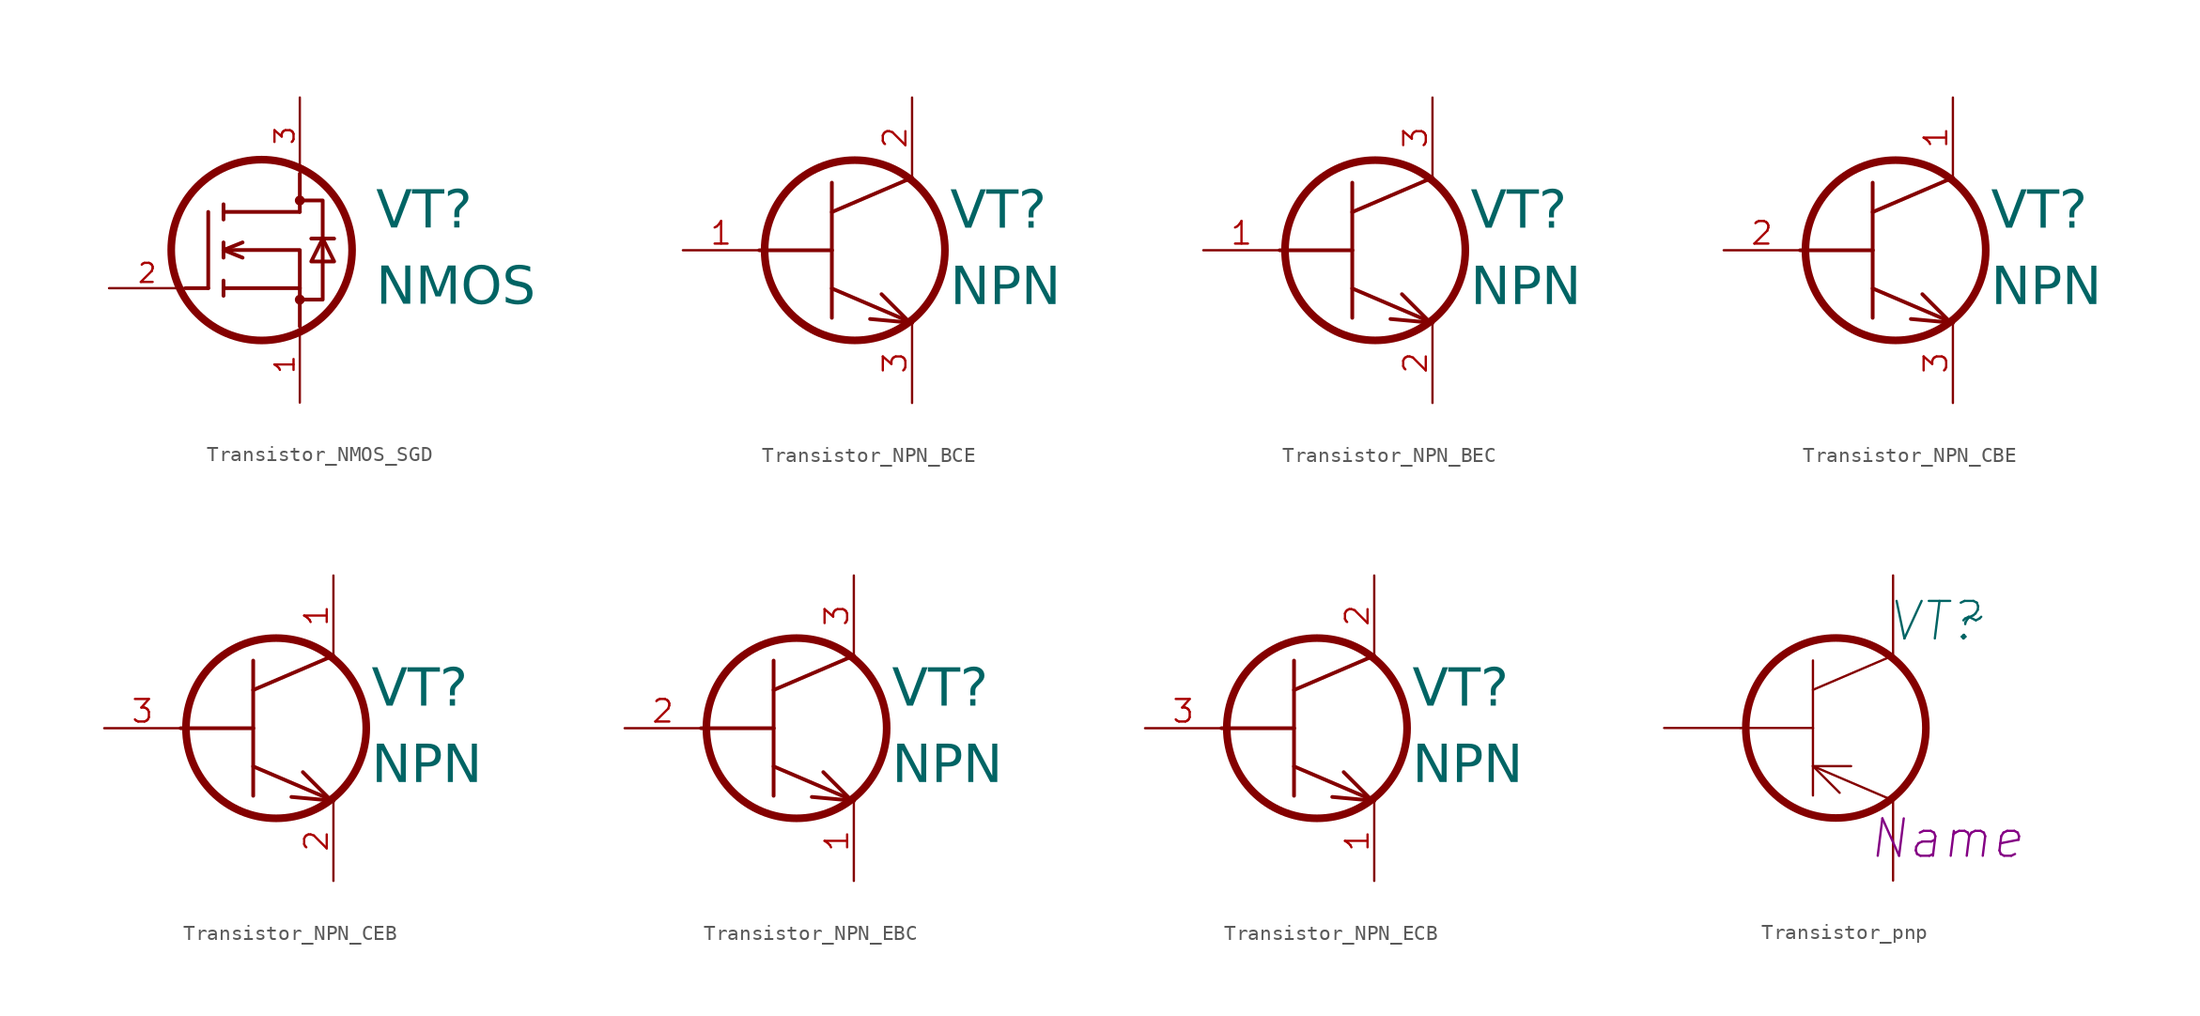
<source format=kicad_sym>
(kicad_symbol_lib
  (version 20241209)
  (generator "kicad_symbol_editor")
  (generator_version "9.0")
  (symbol "Transistor_NMOS_SGD"
    (pin_names
      (offset 1.016)
      (hide yes))
    (property "Reference" "VT"
      (at 5.08 5.08 0)
      (effects (font (face "GOST type A") (size 2.5 2.5) (italic yes)) (justify left)))
    (property "Value" "NMOS"
      (at 5.08 0 0)
      (effects (font (face "GOST type A") (size 2.5 2.5) (italic yes)) (justify left)))
    (symbol "Transistor_NMOS_SGD_0_1"
      (circle (center -2.54 2.54) (radius 6.02) (stroke (width 0.508) (type solid)) (fill (type none)))
      (circle (center 0 5.842) (radius 0.254) (stroke (width 0) (type solid)) (fill (type outline)))
      (circle (center 0 -0.762) (radius 0.254) (stroke (width 0) (type solid)) (fill (type outline))))
    (symbol "Transistor_NMOS_SGD_1_1"
      (polyline (pts (xy -7.62 0) (xy -6.096 0)) (stroke (width 0.25) (type default)) (fill (type none)))
      (polyline (pts (xy -6.096 0) (xy -6.096 5.08)) (stroke (width 0.25) (type solid)) (fill (type none)))
      (polyline (pts (xy -5.08 5.588) (xy -5.08 4.572)) (stroke (width 0.25) (type solid)) (fill (type none)))
      (polyline (pts (xy -5.08 3.048) (xy -5.08 2.032)) (stroke (width 0.25) (type solid)) (fill (type none)))
      (polyline (pts (xy -5.08 2.54) (xy -3.81 3.048)) (stroke (width 0.25) (type solid)) (fill (type none)))
      (polyline (pts (xy -5.08 2.54) (xy -3.81 2.032)) (stroke (width 0.25) (type solid)) (fill (type none)))
      (polyline (pts (xy -5.08 2.54) (xy 0 2.54) (xy 0 0)) (stroke (width 0.25) (type solid)) (fill (type none)))
      (polyline (pts (xy -5.08 0.508) (xy -5.08 -0.508)) (stroke (width 0.25) (type solid)) (fill (type none)))
      (polyline (pts (xy -5.08 0) (xy 0 0)) (stroke (width 0.25) (type solid)) (fill (type none)))
      (polyline (pts (xy 0 5.842) (xy 1.524 5.842) (xy 1.524 -0.762) (xy 0 -0.762)) (stroke (width 0.25) (type solid)) (fill (type none)))
      (polyline (pts (xy 0 5.08) (xy -5.08 5.08)) (stroke (width 0.25) (type solid)) (fill (type none)))
      (polyline (pts (xy 0 5.08) (xy 0 7.62)) (stroke (width 0.25) (type default)) (fill (type none)))
      (polyline (pts (xy 0 -2.54) (xy 0 0)) (stroke (width 0.25) (type default)) (fill (type none)))
      (polyline (pts (xy 0.762 3.302) (xy 2.286 3.302)) (stroke (width 0.25) (type solid)) (fill (type none)))
      (polyline (pts (xy 1.524 1.778) (xy 2.286 1.778) (xy 1.524 3.302) (xy 0.762 1.778) (xy 1.524 1.778)) (stroke (width 0.25) (type solid)) (fill (type none)))
      (pin passive line (at -12.7 0 0) (length 5.08) (name "G" (effects (font (size 1.27 1.27)))) (number "2" (effects (font (size 1.27 1.27)))))
      (pin passive line (at 0 12.7 270) (length 5.08) (name "D" (effects (font (size 1.27 1.27)))) (number "3" (effects (font (size 1.27 1.27)))))
      (pin passive line (at 0 -7.62 90) (length 5.08) (name "S" (effects (font (size 1.27 1.27)))) (number "1" (effects (font (size 1.27 1.27)))))))
  (symbol "Transistor_NPN_BCE"
    (pin_names
      (offset 1.016)
      (hide yes))
    (property "Reference" "VT"
      (at 2.54 2.54 0)
      (effects (font (face "GOST type A") (size 2.5 2.5) (italic yes)) (justify left)))
    (property "Value" "NPN"
      (at 2.54 -2.54 0)
      (effects (font (face "GOST type A") (size 2.5 2.5) (italic yes)) (justify left)))
    (symbol "Transistor_NPN_BCE_0_1"
      (circle (center -3.81 0) (radius 5.994) (stroke (width 0.508) (type solid)) (fill (type none))))
    (symbol "Transistor_NPN_BCE_1_1"
      (polyline (pts (xy -10.16 0) (xy -5.334 0)) (stroke (width 0.25) (type solid)) (fill (type none)))
      (polyline (pts (xy -5.334 2.54) (xy 0 4.826)) (stroke (width 0.25) (type solid)) (fill (type none)))
      (polyline (pts (xy -5.334 0) (xy -5.334 4.496)) (stroke (width 0.25) (type solid)) (fill (type none)))
      (polyline (pts (xy -5.334 0) (xy -5.334 -4.496)) (stroke (width 0.25) (type solid)) (fill (type none)))
      (polyline (pts (xy -5.334 -2.54) (xy 0 -4.826)) (stroke (width 0.25) (type solid)) (fill (type none)))
      (polyline (pts (xy -2.794 -4.572) (xy 0 -4.826)) (stroke (width 0.25) (type solid)) (fill (type none)))
      (polyline (pts (xy -0.254 -4.699) (xy -2.032 -2.921)) (stroke (width 0.25) (type solid)) (fill (type none)))
      (pin passive line (at -15.24 0 0) (length 5.08) (name "B" (effects (font (size 1.5 1.5)))) (number "1" (effects (font (size 1.5 1.5)))))
      (pin passive line (at 0 10.16 270) (length 5.334) (name "C" (effects (font (size 1.5 1.5)))) (number "2" (effects (font (size 1.5 1.5)))))
      (pin passive line (at 0 -10.16 90) (length 5.334) (name "E" (effects (font (size 1.5 1.5)))) (number "3" (effects (font (size 1.5 1.5)))))))
  (symbol "Transistor_NPN_BEC"
    (pin_names
      (offset 1.016)
      (hide yes))
    (property "Reference" "VT"
      (at 2.54 2.54 0)
      (effects (font (face "GOST type A") (size 2.5 2.5) (italic yes)) (justify left)))
    (property "Value" "NPN"
      (at 2.54 -2.54 0)
      (effects (font (face "GOST type A") (size 2.5 2.5) (italic yes)) (justify left)))
    (symbol "Transistor_NPN_BEC_0_1"
      (circle (center -3.81 0) (radius 5.994) (stroke (width 0.508) (type solid)) (fill (type none))))
    (symbol "Transistor_NPN_BEC_1_1"
      (polyline (pts (xy -10.16 0) (xy -5.334 0)) (stroke (width 0.25) (type solid)) (fill (type none)))
      (polyline (pts (xy -5.334 2.54) (xy 0 4.826)) (stroke (width 0.25) (type solid)) (fill (type none)))
      (polyline (pts (xy -5.334 0) (xy -5.334 4.496)) (stroke (width 0.25) (type solid)) (fill (type none)))
      (polyline (pts (xy -5.334 0) (xy -5.334 -4.496)) (stroke (width 0.25) (type solid)) (fill (type none)))
      (polyline (pts (xy -5.334 -2.54) (xy 0 -4.826)) (stroke (width 0.25) (type solid)) (fill (type none)))
      (polyline (pts (xy -2.794 -4.572) (xy 0 -4.826)) (stroke (width 0.25) (type solid)) (fill (type none)))
      (polyline (pts (xy -0.254 -4.699) (xy -2.032 -2.921)) (stroke (width 0.25) (type solid)) (fill (type none)))
      (pin passive line (at -15.24 0 0) (length 5.08) (name "B" (effects (font (size 1.5 1.5)))) (number "1" (effects (font (size 1.5 1.5)))))
      (pin passive line (at 0 10.16 270) (length 5.334) (name "C" (effects (font (size 1.5 1.5)))) (number "3" (effects (font (size 1.5 1.5)))))
      (pin passive line (at 0 -10.16 90) (length 5.334) (name "E" (effects (font (size 1.5 1.5)))) (number "2" (effects (font (size 1.5 1.5)))))))
  (symbol "Transistor_NPN_CBE"
    (pin_names
      (offset 1.016)
      (hide yes))
    (property "Reference" "VT"
      (at 2.54 2.54 0)
      (effects (font (face "GOST type A") (size 2.5 2.5) (italic yes)) (justify left)))
    (property "Value" "NPN"
      (at 2.54 -2.54 0)
      (effects (font (face "GOST type A") (size 2.5 2.5) (italic yes)) (justify left)))
    (symbol "Transistor_NPN_CBE_0_1"
      (circle (center -3.81 0) (radius 5.994) (stroke (width 0.508) (type solid)) (fill (type none))))
    (symbol "Transistor_NPN_CBE_1_1"
      (polyline (pts (xy -10.16 0) (xy -5.334 0)) (stroke (width 0.25) (type solid)) (fill (type none)))
      (polyline (pts (xy -5.334 2.54) (xy 0 4.826)) (stroke (width 0.25) (type solid)) (fill (type none)))
      (polyline (pts (xy -5.334 0) (xy -5.334 4.496)) (stroke (width 0.25) (type solid)) (fill (type none)))
      (polyline (pts (xy -5.334 0) (xy -5.334 -4.496)) (stroke (width 0.25) (type solid)) (fill (type none)))
      (polyline (pts (xy -5.334 -2.54) (xy 0 -4.826)) (stroke (width 0.25) (type solid)) (fill (type none)))
      (polyline (pts (xy -2.794 -4.572) (xy 0 -4.826)) (stroke (width 0.25) (type solid)) (fill (type none)))
      (polyline (pts (xy -0.254 -4.699) (xy -2.032 -2.921)) (stroke (width 0.25) (type solid)) (fill (type none)))
      (pin passive line (at -15.24 0 0) (length 5.08) (name "B" (effects (font (size 1.5 1.5)))) (number "2" (effects (font (size 1.5 1.5)))))
      (pin passive line (at 0 10.16 270) (length 5.334) (name "C" (effects (font (size 1.5 1.5)))) (number "1" (effects (font (size 1.5 1.5)))))
      (pin passive line (at 0 -10.16 90) (length 5.334) (name "E" (effects (font (size 1.5 1.5)))) (number "3" (effects (font (size 1.5 1.5)))))))
  (symbol "Transistor_NPN_CEB"
    (pin_names
      (offset 1.016)
      (hide yes))
    (property "Reference" "VT"
      (at 2.54 2.54 0)
      (effects (font (face "GOST type A") (size 2.5 2.5) (italic yes)) (justify left)))
    (property "Value" "NPN"
      (at 2.54 -2.54 0)
      (effects (font (face "GOST type A") (size 2.5 2.5) (italic yes)) (justify left)))
    (symbol "Transistor_NPN_CEB_0_1"
      (circle (center -3.81 0) (radius 5.994) (stroke (width 0.508) (type solid)) (fill (type none))))
    (symbol "Transistor_NPN_CEB_1_1"
      (polyline (pts (xy -10.16 0) (xy -5.334 0)) (stroke (width 0.25) (type solid)) (fill (type none)))
      (polyline (pts (xy -5.334 2.54) (xy 0 4.826)) (stroke (width 0.25) (type solid)) (fill (type none)))
      (polyline (pts (xy -5.334 0) (xy -5.334 4.496)) (stroke (width 0.25) (type solid)) (fill (type none)))
      (polyline (pts (xy -5.334 0) (xy -5.334 -4.496)) (stroke (width 0.25) (type solid)) (fill (type none)))
      (polyline (pts (xy -5.334 -2.54) (xy 0 -4.826)) (stroke (width 0.25) (type solid)) (fill (type none)))
      (polyline (pts (xy -2.794 -4.572) (xy 0 -4.826)) (stroke (width 0.25) (type solid)) (fill (type none)))
      (polyline (pts (xy -0.254 -4.699) (xy -2.032 -2.921)) (stroke (width 0.25) (type solid)) (fill (type none)))
      (pin passive line (at -15.24 0 0) (length 5.08) (name "B" (effects (font (size 1.5 1.5)))) (number "3" (effects (font (size 1.5 1.5)))))
      (pin passive line (at 0 10.16 270) (length 5.334) (name "C" (effects (font (size 1.5 1.5)))) (number "1" (effects (font (size 1.5 1.5)))))
      (pin passive line (at 0 -10.16 90) (length 5.334) (name "E" (effects (font (size 1.5 1.5)))) (number "2" (effects (font (size 1.5 1.5)))))))
  (symbol "Transistor_NPN_EBC"
    (pin_names
      (offset 1.016)
      (hide yes))
    (property "Reference" "VT"
      (at 2.54 2.54 0)
      (effects (font (face "GOST type A") (size 2.5 2.5) (italic yes)) (justify left)))
    (property "Value" "NPN"
      (at 2.54 -2.54 0)
      (effects (font (face "GOST type A") (size 2.5 2.5) (italic yes)) (justify left)))
    (symbol "Transistor_NPN_EBC_0_1"
      (circle (center -3.81 0) (radius 5.994) (stroke (width 0.508) (type solid)) (fill (type none))))
    (symbol "Transistor_NPN_EBC_1_1"
      (polyline (pts (xy -10.16 0) (xy -5.334 0)) (stroke (width 0.25) (type solid)) (fill (type none)))
      (polyline (pts (xy -5.334 2.54) (xy 0 4.826)) (stroke (width 0.25) (type solid)) (fill (type none)))
      (polyline (pts (xy -5.334 0) (xy -5.334 4.496)) (stroke (width 0.25) (type solid)) (fill (type none)))
      (polyline (pts (xy -5.334 0) (xy -5.334 -4.496)) (stroke (width 0.25) (type solid)) (fill (type none)))
      (polyline (pts (xy -5.334 -2.54) (xy 0 -4.826)) (stroke (width 0.25) (type solid)) (fill (type none)))
      (polyline (pts (xy -2.794 -4.572) (xy 0 -4.826)) (stroke (width 0.25) (type solid)) (fill (type none)))
      (polyline (pts (xy -0.254 -4.699) (xy -2.032 -2.921)) (stroke (width 0.25) (type solid)) (fill (type none)))
      (pin passive line (at -15.24 0 0) (length 5.08) (name "B" (effects (font (size 1.5 1.5)))) (number "2" (effects (font (size 1.5 1.5)))))
      (pin passive line (at 0 10.16 270) (length 5.334) (name "C" (effects (font (size 1.5 1.5)))) (number "3" (effects (font (size 1.5 1.5)))))
      (pin passive line (at 0 -10.16 90) (length 5.334) (name "E" (effects (font (size 1.5 1.5)))) (number "1" (effects (font (size 1.5 1.5)))))))
  (symbol "Transistor_NPN_ECB"
    (pin_names
      (offset 1.016)
      (hide yes))
    (property "Reference" "VT"
      (at 2.54 2.54 0)
      (effects (font (face "GOST type A") (size 2.5 2.5) (italic yes)) (justify left)))
    (property "Value" "NPN"
      (at 2.54 -2.54 0)
      (effects (font (face "GOST type A") (size 2.5 2.5) (italic yes)) (justify left)))
    (symbol "Transistor_NPN_ECB_0_1"
      (circle (center -3.81 0) (radius 5.994) (stroke (width 0.508) (type solid)) (fill (type none))))
    (symbol "Transistor_NPN_ECB_1_1"
      (polyline (pts (xy -10.16 0) (xy -5.334 0)) (stroke (width 0.25) (type solid)) (fill (type none)))
      (polyline (pts (xy -5.334 2.54) (xy 0 4.826)) (stroke (width 0.25) (type solid)) (fill (type none)))
      (polyline (pts (xy -5.334 0) (xy -5.334 4.496)) (stroke (width 0.25) (type solid)) (fill (type none)))
      (polyline (pts (xy -5.334 0) (xy -5.334 -4.496)) (stroke (width 0.25) (type solid)) (fill (type none)))
      (polyline (pts (xy -5.334 -2.54) (xy 0 -4.826)) (stroke (width 0.25) (type solid)) (fill (type none)))
      (polyline (pts (xy -2.794 -4.572) (xy 0 -4.826)) (stroke (width 0.25) (type solid)) (fill (type none)))
      (polyline (pts (xy -0.254 -4.699) (xy -2.032 -2.921)) (stroke (width 0.25) (type solid)) (fill (type none)))
      (pin passive line (at -15.24 0 0) (length 5.08) (name "B" (effects (font (size 1.5 1.5)))) (number "3" (effects (font (size 1.5 1.5)))))
      (pin passive line (at 0 10.16 270) (length 5.334) (name "C" (effects (font (size 1.5 1.5)))) (number "2" (effects (font (size 1.5 1.5)))))
      (pin passive line (at 0 -10.16 90) (length 5.334) (name "E" (effects (font (size 1.5 1.5)))) (number "1" (effects (font (size 1.5 1.5)))))))
  (symbol "Transistor_pnp"
    (pin_numbers
      (hide yes))
    (pin_names
      (offset 1.016)
      (hide yes))
    (property "Reference" "VT"
      (at 2.794 7.112 0)
      (effects (font (size 2.5 2.5) (italic yes))))
    (property "Value" "~"
      (at 5.334 7.366 0)
      (effects (font (size 2.5 2.5))))
    (property "Name" "Name"
      (at 3.556 -7.366 0)
      (effects (font (size 2.489 2.489) (italic yes))))
    (symbol "Transistor_pnp_0_1"
      (polyline (pts (xy -10.16 0) (xy -5.334 0)) (stroke (width 0) (type solid)) (fill (type none)))
      (polyline (pts (xy -5.334 2.54) (xy 0 4.826)) (stroke (width 0) (type solid)) (fill (type none)))
      (polyline (pts (xy -5.334 0) (xy -5.334 4.496)) (stroke (width 0) (type solid)) (fill (type none)))
      (polyline (pts (xy -5.334 0) (xy -5.334 -4.496)) (stroke (width 0) (type solid)) (fill (type none)))
      (polyline (pts (xy -5.334 -2.54) (xy -3.556 -4.318)) (stroke (width 0) (type solid)) (fill (type none)))
      (polyline (pts (xy -5.334 -2.54) (xy -2.794 -2.54)) (stroke (width 0) (type solid)) (fill (type none)))
      (polyline (pts (xy -5.334 -2.54) (xy 0 -4.826)) (stroke (width 0) (type solid)) (fill (type none)))
      (circle (center -3.81 0) (radius 5.994) (stroke (width 0.508) (type solid)) (fill (type none))))
    (symbol "Transistor_pnp_1_1"
      (pin passive line (at -15.24 0 0) (length 5.08) (name "1" (effects (font (size 1.27 1.27)))) (number "1" (effects (font (size 1.27 1.27)))))
      (pin passive line (at 0 10.16 270) (length 5.334) (name "3" (effects (font (size 1.27 1.27)))) (number "3" (effects (font (size 1.27 1.27)))))
      (pin passive line (at 0 -10.16 90) (length 5.334) (name "2" (effects (font (size 1.27 1.27)))) (number "2" (effects (font (size 1.27 1.27))))))))
</source>
